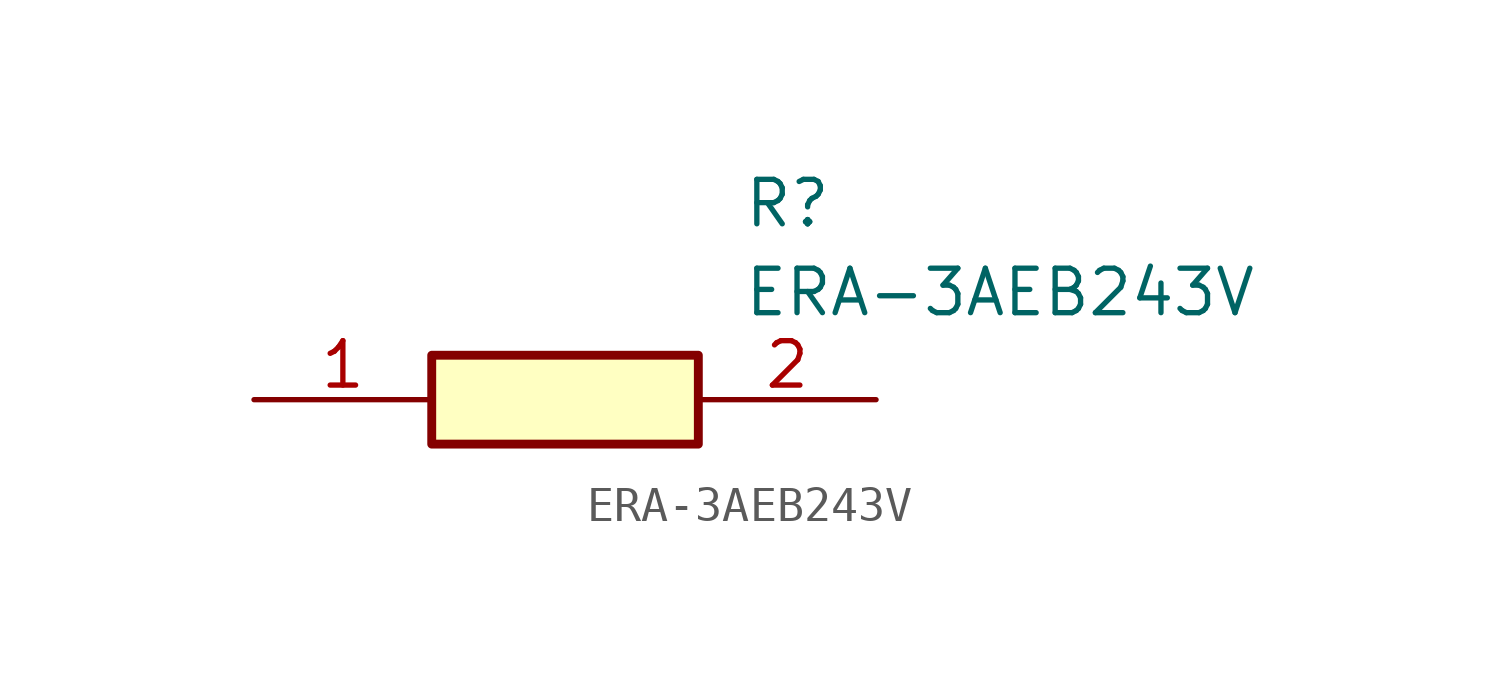
<source format=kicad_sym>
(kicad_symbol_lib
  (version 20211014)
  (generator SamacSys_ECAD_Model)
  (symbol "ERA-3AEB243V"
    (pin_names hide)
    (property "Reference" "R"
      (at 13.97 6.35 0)
      (effects (font (size 1.27 1.27)) (justify left top)))
    (property "Value" "ERA-3AEB243V"
      (at 13.97 3.81 0)
      (effects (font (size 1.27 1.27)) (justify left top)))
    (rectangle
      (start 5.08 1.27)
      (end 12.7 -1.27)
      (stroke (width 0.254) (type default))
      (fill (type background)))
    (pin passive line
      (at 0 0 0)
      (length 5.08)
      (name "1" (effects (font (size 1.27 1.27))))
      (number "1" (effects (font (size 1.27 1.27)))))
    (pin passive line
      (at 17.78 0 180)
      (length 5.08)
      (name "2" (effects (font (size 1.27 1.27))))
      (number "2" (effects (font (size 1.27 1.27)))))))
</source>
